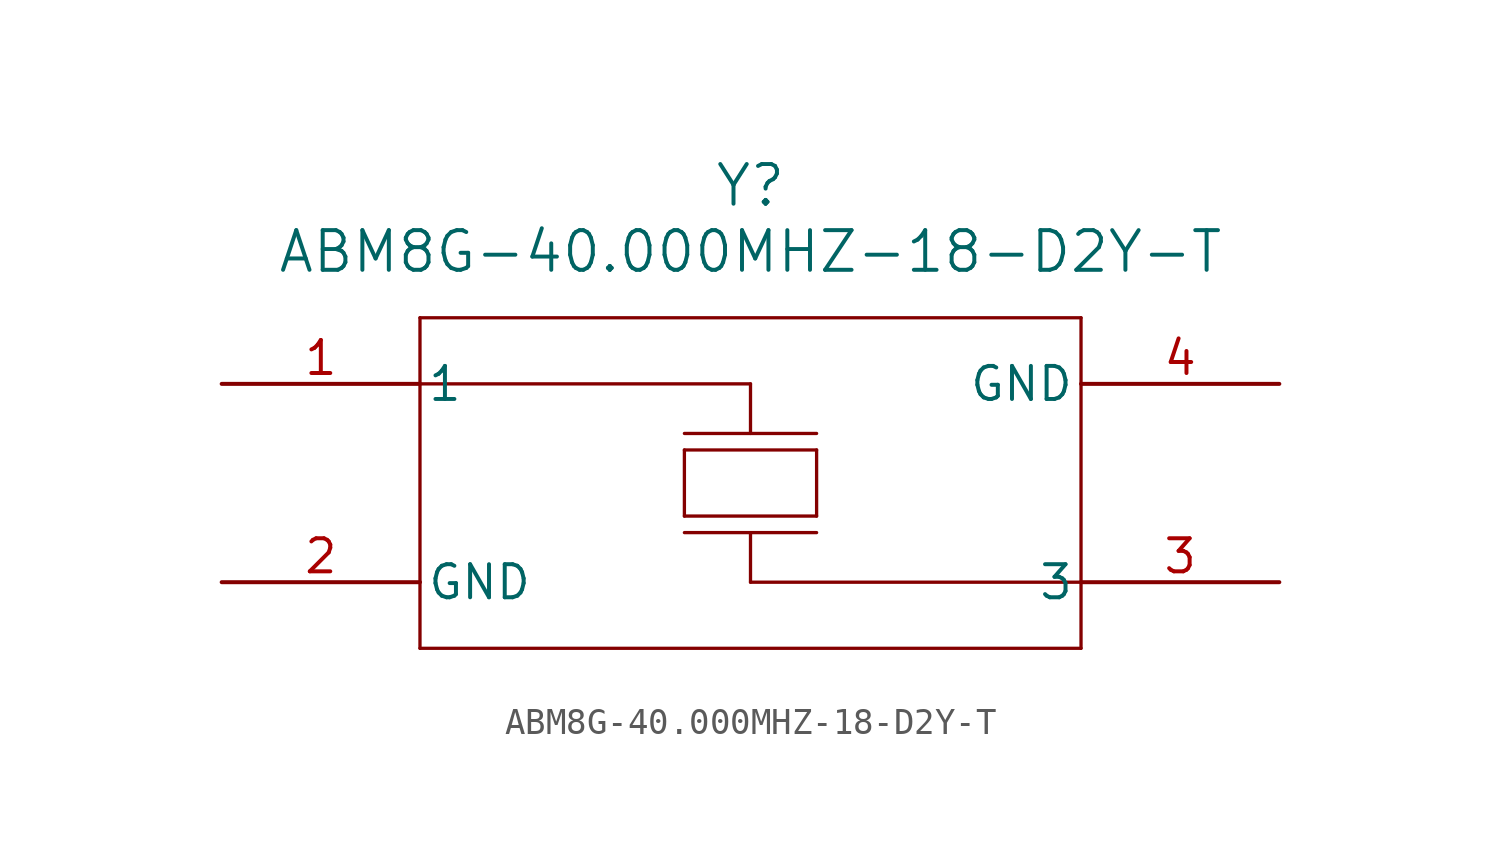
<source format=kicad_sym>
(kicad_symbol_lib
  (version 20211014)
  (generator kicad_symbol_editor)
  (symbol "ABM8G-40.000MHZ-18-D2Y-T"
    (pin_names
      (offset 0.254))
    (property "Reference" "Y"
      (at 20.32 7.62 0)
      (effects (font (size 1.524 1.524))))
    (property "Value" "ABM8G-40.000MHZ-18-D2Y-T"
      (at 20.32 5.08 0)
      (effects (font (size 1.524 1.524))))
    (symbol "ABM8G-40.000MHZ-18-D2Y-T_0_1"
      (polyline (pts (xy 7.62 2.54) (xy 7.62 -10.16)) (stroke (width 0.127) (type default) (color 0 0 0 0)) (fill (type none)))
      (polyline (pts (xy 7.62 -10.16) (xy 33.02 -10.16)) (stroke (width 0.127) (type default) (color 0 0 0 0)) (fill (type none)))
      (polyline (pts (xy 33.02 -10.16) (xy 33.02 2.54)) (stroke (width 0.127) (type default) (color 0 0 0 0)) (fill (type none)))
      (polyline (pts (xy 33.02 2.54) (xy 7.62 2.54)) (stroke (width 0.127) (type default) (color 0 0 0 0)) (fill (type none)))
      (polyline (pts (xy 17.78 -2.54) (xy 17.78 -5.08)) (stroke (width 0.127) (type default) (color 0 0 0 0)) (fill (type none)))
      (polyline (pts (xy 17.78 -5.08) (xy 22.86 -5.08)) (stroke (width 0.127) (type default) (color 0 0 0 0)) (fill (type none)))
      (polyline (pts (xy 22.86 -2.54) (xy 22.86 -5.08)) (stroke (width 0.127) (type default) (color 0 0 0 0)) (fill (type none)))
      (polyline (pts (xy 17.78 -2.54) (xy 22.86 -2.54)) (stroke (width 0.127) (type default) (color 0 0 0 0)) (fill (type none)))
      (polyline (pts (xy 17.78 -1.905) (xy 22.86 -1.905)) (stroke (width 0.127) (type default) (color 0 0 0 0)) (fill (type none)))
      (polyline (pts (xy 17.78 -5.715) (xy 22.86 -5.715)) (stroke (width 0.127) (type default) (color 0 0 0 0)) (fill (type none)))
      (polyline (pts (xy 33.02 -7.62) (xy 20.32 -7.62)) (stroke (width 0.127) (type default) (color 0 0 0 0)) (fill (type none)))
      (polyline (pts (xy 20.32 -7.62) (xy 20.32 -5.715)) (stroke (width 0.127) (type default) (color 0 0 0 0)) (fill (type none)))
      (polyline (pts (xy 7.62 0) (xy 20.32 0)) (stroke (width 0.127) (type default) (color 0 0 0 0)) (fill (type none)))
      (polyline (pts (xy 20.32 0) (xy 20.32 -1.905)) (stroke (width 0.127) (type default) (color 0 0 0 0)) (fill (type none)))
      (pin unspecified line (at 0 0 0) (length 7.62) (name "1" (effects (font (size 1.27 1.27)))) (number "1" (effects (font (size 1.27 1.27)))))
      (pin unspecified line (at 0 -7.62 0) (length 7.62) (name "GND" (effects (font (size 1.27 1.27)))) (number "2" (effects (font (size 1.27 1.27)))))
      (pin unspecified line (at 40.64 -7.62 180) (length 7.62) (name "3" (effects (font (size 1.27 1.27)))) (number "3" (effects (font (size 1.27 1.27)))))
      (pin unspecified line (at 40.64 0 180) (length 7.62) (name "GND" (effects (font (size 1.27 1.27)))) (number "4" (effects (font (size 1.27 1.27))))))))
</source>
